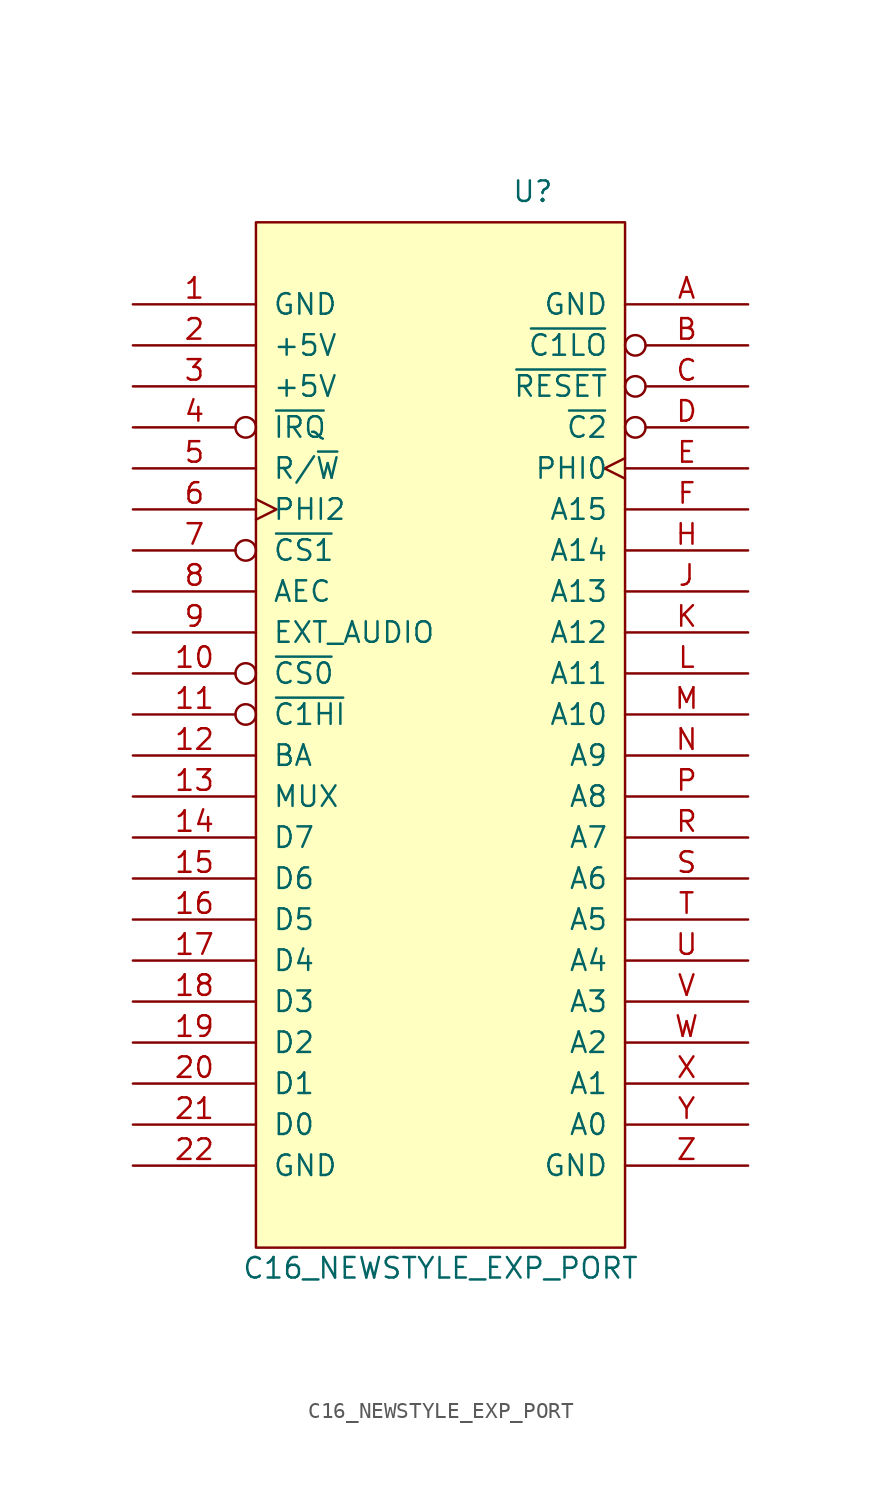
<source format=kicad_sym>
(kicad_symbol_lib
  (version 20231120)
  (generator "kicad_symbol_editor")
  (generator_version "8.0")
  (symbol "C16_NEWSTYLE_EXP_PORT"
    (pin_names
      (offset 1.016))
    (property "Reference" "U"
      (at 5.715 33.655 0)
      (effects (font (size 1.27 1.27))))
    (property "Value" "C16_NEWSTYLE_EXP_PORT"
      (at 0 -33.02 0)
      (effects (font (size 1.27 1.27))))
    (symbol "C16_NEWSTYLE_EXP_PORT_1_0"
      (rectangle (start -11.43 -31.75) (end 11.43 31.75) (stroke (width 0) (type solid)) (fill (type background))))
    (symbol "C16_NEWSTYLE_EXP_PORT_1_1"
      (pin power_out line (at -19.05 26.67 0) (length 7.62) (name "GND" (effects (font (size 1.27 1.27)))) (number "1" (effects (font (size 1.27 1.27)))))
      (pin output inverted (at -19.05 3.81 0) (length 7.62) (name "~{CS0}" (effects (font (size 1.27 1.27)))) (number "10" (effects (font (size 1.27 1.27)))))
      (pin output inverted (at -19.05 1.27 0) (length 7.62) (name "~{C1HI}" (effects (font (size 1.27 1.27)))) (number "11" (effects (font (size 1.27 1.27)))))
      (pin output line (at -19.05 -1.27 0) (length 7.62) (name "BA" (effects (font (size 1.27 1.27)))) (number "12" (effects (font (size 1.27 1.27)))))
      (pin output line (at -19.05 -3.81 0) (length 7.62) (name "MUX" (effects (font (size 1.27 1.27)))) (number "13" (effects (font (size 1.27 1.27)))))
      (pin tri_state line (at -19.05 -6.35 0) (length 7.62) (name "D7" (effects (font (size 1.27 1.27)))) (number "14" (effects (font (size 1.27 1.27)))))
      (pin tri_state line (at -19.05 -8.89 0) (length 7.62) (name "D6" (effects (font (size 1.27 1.27)))) (number "15" (effects (font (size 1.27 1.27)))))
      (pin tri_state line (at -19.05 -11.43 0) (length 7.62) (name "D5" (effects (font (size 1.27 1.27)))) (number "16" (effects (font (size 1.27 1.27)))))
      (pin tri_state line (at -19.05 -13.97 0) (length 7.62) (name "D4" (effects (font (size 1.27 1.27)))) (number "17" (effects (font (size 1.27 1.27)))))
      (pin tri_state line (at -19.05 -16.51 0) (length 7.62) (name "D3" (effects (font (size 1.27 1.27)))) (number "18" (effects (font (size 1.27 1.27)))))
      (pin tri_state line (at -19.05 -19.05 0) (length 7.62) (name "D2" (effects (font (size 1.27 1.27)))) (number "19" (effects (font (size 1.27 1.27)))))
      (pin power_out line (at -19.05 24.13 0) (length 7.62) (name "+5V" (effects (font (size 1.27 1.27)))) (number "2" (effects (font (size 1.27 1.27)))))
      (pin tri_state line (at -19.05 -21.59 0) (length 7.62) (name "D1" (effects (font (size 1.27 1.27)))) (number "20" (effects (font (size 1.27 1.27)))))
      (pin tri_state line (at -19.05 -24.13 0) (length 7.62) (name "D0" (effects (font (size 1.27 1.27)))) (number "21" (effects (font (size 1.27 1.27)))))
      (pin passive line (at -19.05 -26.67 0) (length 7.62) (name "GND" (effects (font (size 1.27 1.27)))) (number "22" (effects (font (size 1.27 1.27)))))
      (pin passive line (at -19.05 21.59 0) (length 7.62) (name "+5V" (effects (font (size 1.27 1.27)))) (number "3" (effects (font (size 1.27 1.27)))))
      (pin input inverted (at -19.05 19.05 0) (length 7.62) (name "~{IRQ}" (effects (font (size 1.27 1.27)))) (number "4" (effects (font (size 1.27 1.27)))))
      (pin output line (at -19.05 16.51 0) (length 7.62) (name "R/~{W}" (effects (font (size 1.27 1.27)))) (number "5" (effects (font (size 1.27 1.27)))))
      (pin output clock (at -19.05 13.97 0) (length 7.62) (name "PHI2" (effects (font (size 1.27 1.27)))) (number "6" (effects (font (size 1.27 1.27)))))
      (pin output inverted (at -19.05 11.43 0) (length 7.62) (name "~{CS1}" (effects (font (size 1.27 1.27)))) (number "7" (effects (font (size 1.27 1.27)))))
      (pin output line (at -19.05 8.89 0) (length 7.62) (name "AEC" (effects (font (size 1.27 1.27)))) (number "8" (effects (font (size 1.27 1.27)))))
      (pin input line (at -19.05 6.35 0) (length 7.62) (name "EXT_AUDIO" (effects (font (size 1.27 1.27)))) (number "9" (effects (font (size 1.27 1.27)))))
      (pin passive line (at 19.05 26.67 180) (length 7.62) (name "GND" (effects (font (size 1.27 1.27)))) (number "A" (effects (font (size 1.27 1.27)))))
      (pin output inverted (at 19.05 24.13 180) (length 7.62) (name "~{C1LO}" (effects (font (size 1.27 1.27)))) (number "B" (effects (font (size 1.27 1.27)))))
      (pin bidirectional inverted (at 19.05 21.59 180) (length 7.62) (name "~{RESET}" (effects (font (size 1.27 1.27)))) (number "C" (effects (font (size 1.27 1.27)))))
      (pin output inverted (at 19.05 19.05 180) (length 7.62) (name "~{C2}" (effects (font (size 1.27 1.27)))) (number "D" (effects (font (size 1.27 1.27)))))
      (pin output clock (at 19.05 16.51 180) (length 7.62) (name "PHI0" (effects (font (size 1.27 1.27)))) (number "E" (effects (font (size 1.27 1.27)))))
      (pin output line (at 19.05 13.97 180) (length 7.62) (name "A15" (effects (font (size 1.27 1.27)))) (number "F" (effects (font (size 1.27 1.27)))))
      (pin output line (at 19.05 11.43 180) (length 7.62) (name "A14" (effects (font (size 1.27 1.27)))) (number "H" (effects (font (size 1.27 1.27)))))
      (pin output line (at 19.05 8.89 180) (length 7.62) (name "A13" (effects (font (size 1.27 1.27)))) (number "J" (effects (font (size 1.27 1.27)))))
      (pin output line (at 19.05 6.35 180) (length 7.62) (name "A12" (effects (font (size 1.27 1.27)))) (number "K" (effects (font (size 1.27 1.27)))))
      (pin output line (at 19.05 3.81 180) (length 7.62) (name "A11" (effects (font (size 1.27 1.27)))) (number "L" (effects (font (size 1.27 1.27)))))
      (pin output line (at 19.05 1.27 180) (length 7.62) (name "A10" (effects (font (size 1.27 1.27)))) (number "M" (effects (font (size 1.27 1.27)))))
      (pin output line (at 19.05 -1.27 180) (length 7.62) (name "A9" (effects (font (size 1.27 1.27)))) (number "N" (effects (font (size 1.27 1.27)))))
      (pin output line (at 19.05 -3.81 180) (length 7.62) (name "A8" (effects (font (size 1.27 1.27)))) (number "P" (effects (font (size 1.27 1.27)))))
      (pin output line (at 19.05 -6.35 180) (length 7.62) (name "A7" (effects (font (size 1.27 1.27)))) (number "R" (effects (font (size 1.27 1.27)))))
      (pin output line (at 19.05 -8.89 180) (length 7.62) (name "A6" (effects (font (size 1.27 1.27)))) (number "S" (effects (font (size 1.27 1.27)))))
      (pin output line (at 19.05 -11.43 180) (length 7.62) (name "A5" (effects (font (size 1.27 1.27)))) (number "T" (effects (font (size 1.27 1.27)))))
      (pin output line (at 19.05 -13.97 180) (length 7.62) (name "A4" (effects (font (size 1.27 1.27)))) (number "U" (effects (font (size 1.27 1.27)))))
      (pin output line (at 19.05 -16.51 180) (length 7.62) (name "A3" (effects (font (size 1.27 1.27)))) (number "V" (effects (font (size 1.27 1.27)))))
      (pin output line (at 19.05 -19.05 180) (length 7.62) (name "A2" (effects (font (size 1.27 1.27)))) (number "W" (effects (font (size 1.27 1.27)))))
      (pin output line (at 19.05 -21.59 180) (length 7.62) (name "A1" (effects (font (size 1.27 1.27)))) (number "X" (effects (font (size 1.27 1.27)))))
      (pin output line (at 19.05 -24.13 180) (length 7.62) (name "A0" (effects (font (size 1.27 1.27)))) (number "Y" (effects (font (size 1.27 1.27)))))
      (pin passive line (at 19.05 -26.67 180) (length 7.62) (name "GND" (effects (font (size 1.27 1.27)))) (number "Z" (effects (font (size 1.27 1.27))))))))
</source>
